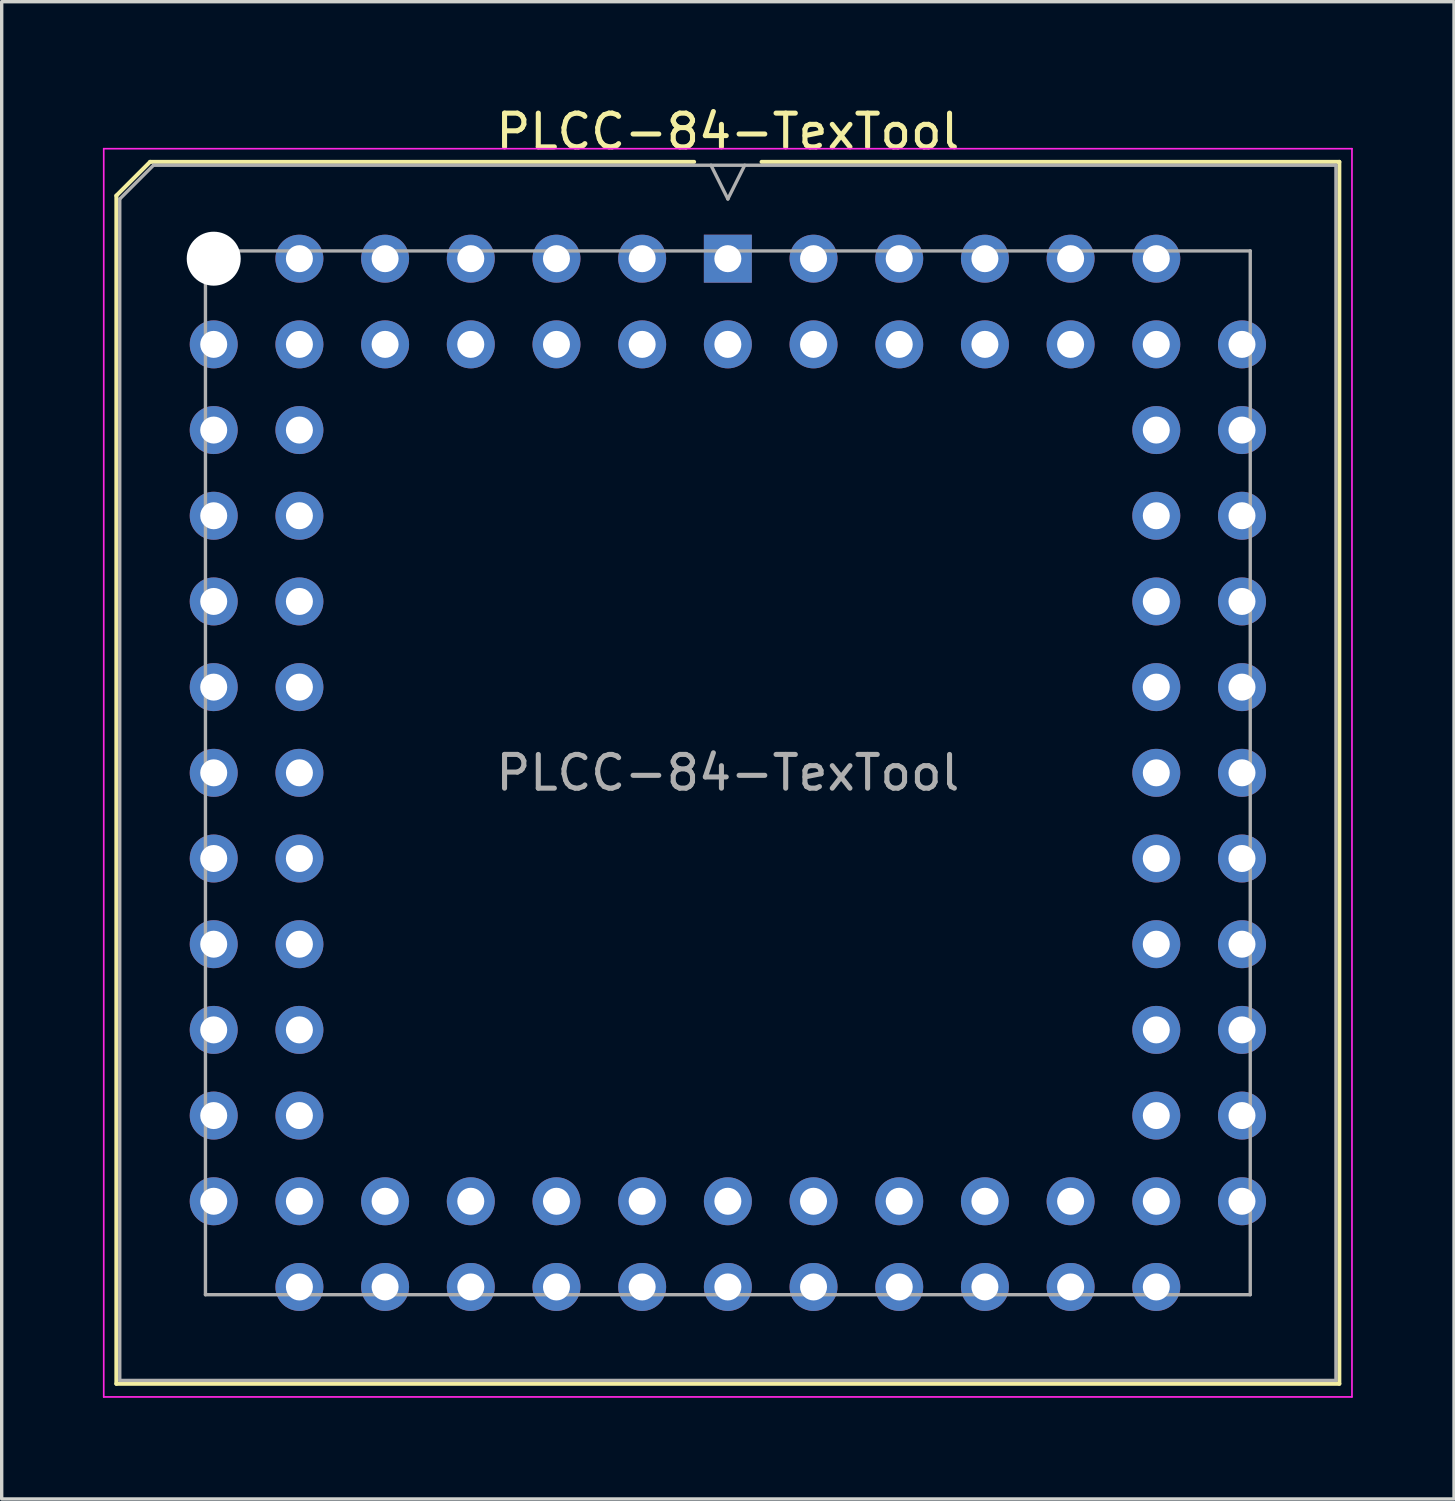
<source format=kicad_pcb>
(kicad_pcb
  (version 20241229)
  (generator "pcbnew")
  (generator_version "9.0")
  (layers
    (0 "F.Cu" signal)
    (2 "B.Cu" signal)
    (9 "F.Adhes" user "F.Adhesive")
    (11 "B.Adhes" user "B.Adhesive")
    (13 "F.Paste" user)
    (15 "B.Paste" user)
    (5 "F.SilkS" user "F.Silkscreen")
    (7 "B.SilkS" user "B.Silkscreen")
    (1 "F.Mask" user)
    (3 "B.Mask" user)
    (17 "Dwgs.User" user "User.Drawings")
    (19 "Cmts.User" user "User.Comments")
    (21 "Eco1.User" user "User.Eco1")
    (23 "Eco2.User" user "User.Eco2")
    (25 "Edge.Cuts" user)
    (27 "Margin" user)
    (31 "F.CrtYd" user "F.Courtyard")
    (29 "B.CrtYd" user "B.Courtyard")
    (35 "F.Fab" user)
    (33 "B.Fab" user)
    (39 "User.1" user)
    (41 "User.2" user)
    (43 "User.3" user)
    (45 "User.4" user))
  (footprint "PLCC-84-TexTool"
    (layer "F.Cu")
    (at 18.525 4.618)
    (property "Reference" "PLCC-84-TexTool" (at 0 -3.77 0) (layer "F.SilkS") (effects (font (size 1 1) (thickness 0.15))))
    (attr through_hole)
    (fp_line (start -18.125 -1.87) (end -18.125 33.35) (stroke (width 0.12) (type solid)) (layer "F.SilkS"))
    (fp_line (start -18.125 33.35) (end 18.125 33.35) (stroke (width 0.12) (type solid)) (layer "F.SilkS"))
    (fp_line (start -17.125 -2.87) (end -18.125 -1.87) (stroke (width 0.12) (type solid)) (layer "F.SilkS"))
    (fp_line (start -1 -2.87) (end -17.125 -2.87) (stroke (width 0.12) (type solid)) (layer "F.SilkS"))
    (fp_line (start 18.125 -2.87) (end 1 -2.87) (stroke (width 0.12) (type solid)) (layer "F.SilkS"))
    (fp_line (start 18.125 33.35) (end 18.125 -2.87) (stroke (width 0.12) (type solid)) (layer "F.SilkS"))
    (fp_line (start -18.5 -3.26) (end -18.5 33.74) (stroke (width 0.05) (type solid)) (layer "F.CrtYd"))
    (fp_line (start -18.5 33.74) (end 18.5 33.74) (stroke (width 0.05) (type solid)) (layer "F.CrtYd"))
    (fp_line (start 18.5 -3.26) (end -18.5 -3.26) (stroke (width 0.05) (type solid)) (layer "F.CrtYd"))
    (fp_line (start 18.5 33.74) (end 18.5 -3.26) (stroke (width 0.05) (type solid)) (layer "F.CrtYd"))
    (fp_line (start -18.025 -1.77) (end -18.025 33.25) (stroke (width 0.1) (type solid)) (layer "F.Fab"))
    (fp_line (start -18.025 33.25) (end 18.025 33.25) (stroke (width 0.1) (type solid)) (layer "F.Fab"))
    (fp_line (start -17.025 -2.77) (end -18.025 -1.77) (stroke (width 0.1) (type solid)) (layer "F.Fab"))
    (fp_line (start -15.485 -0.23) (end -15.485 30.71) (stroke (width 0.1) (type solid)) (layer "F.Fab"))
    (fp_line (start -15.485 30.71) (end 15.485 30.71) (stroke (width 0.1) (type solid)) (layer "F.Fab"))
    (fp_line (start -0.5 -2.77) (end 0 -1.77) (stroke (width 0.1) (type solid)) (layer "F.Fab"))
    (fp_line (start 0 -1.77) (end 0.5 -2.77) (stroke (width 0.1) (type solid)) (layer "F.Fab"))
    (fp_line (start 15.485 -0.23) (end -15.485 -0.23) (stroke (width 0.1) (type solid)) (layer "F.Fab"))
    (fp_line (start 15.485 30.71) (end 15.485 -0.23) (stroke (width 0.1) (type solid)) (layer "F.Fab"))
    (fp_line (start 18.025 -2.77) (end -17.025 -2.77) (stroke (width 0.1) (type solid)) (layer "F.Fab"))
    (fp_line (start 18.025 33.25) (end 18.025 -2.77) (stroke (width 0.1) (type solid)) (layer "F.Fab"))
    (fp_text user "${REFERENCE}" (at 0 15.24 0) (layer "F.Fab") (effects (font (size 1 1) (thickness 0.15))))
    (pad "" np_thru_hole circle (at -15.24 0) (size 1.6 1.6) (drill 1.6) (layers "*.Cu" "*.Mask"))
    (pad "1" thru_hole rect (at 0 0) (size 1.422 1.422) (drill 0.8) (layers "*.Cu" "*.Mask"))
    (pad "2" thru_hole circle (at 0 2.54) (size 1.422 1.422) (drill 0.8) (layers "*.Cu" "*.Mask"))
    (pad "3" thru_hole circle (at -2.54 0) (size 1.422 1.422) (drill 0.8) (layers "*.Cu" "*.Mask"))
    (pad "4" thru_hole circle (at -2.54 2.54) (size 1.422 1.422) (drill 0.8) (layers "*.Cu" "*.Mask"))
    (pad "5" thru_hole circle (at -5.08 0) (size 1.422 1.422) (drill 0.8) (layers "*.Cu" "*.Mask"))
    (pad "6" thru_hole circle (at -5.08 2.54) (size 1.422 1.422) (drill 0.8) (layers "*.Cu" "*.Mask"))
    (pad "7" thru_hole circle (at -7.62 0) (size 1.422 1.422) (drill 0.8) (layers "*.Cu" "*.Mask"))
    (pad "8" thru_hole circle (at -7.62 2.54) (size 1.422 1.422) (drill 0.8) (layers "*.Cu" "*.Mask"))
    (pad "9" thru_hole circle (at -10.16 0) (size 1.422 1.422) (drill 0.8) (layers "*.Cu" "*.Mask"))
    (pad "10" thru_hole circle (at -10.16 2.54) (size 1.422 1.422) (drill 0.8) (layers "*.Cu" "*.Mask"))
    (pad "11" thru_hole circle (at -12.7 0) (size 1.422 1.422) (drill 0.8) (layers "*.Cu" "*.Mask"))
    (pad "12" thru_hole circle (at -15.24 2.54) (size 1.422 1.422) (drill 0.8) (layers "*.Cu" "*.Mask"))
    (pad "13" thru_hole circle (at -12.7 2.54) (size 1.422 1.422) (drill 0.8) (layers "*.Cu" "*.Mask"))
    (pad "14" thru_hole circle (at -15.24 5.08) (size 1.422 1.422) (drill 0.8) (layers "*.Cu" "*.Mask"))
    (pad "15" thru_hole circle (at -12.7 5.08) (size 1.422 1.422) (drill 0.8) (layers "*.Cu" "*.Mask"))
    (pad "16" thru_hole circle (at -15.24 7.62) (size 1.422 1.422) (drill 0.8) (layers "*.Cu" "*.Mask"))
    (pad "17" thru_hole circle (at -12.7 7.62) (size 1.422 1.422) (drill 0.8) (layers "*.Cu" "*.Mask"))
    (pad "18" thru_hole circle (at -15.24 10.16) (size 1.422 1.422) (drill 0.8) (layers "*.Cu" "*.Mask"))
    (pad "19" thru_hole circle (at -12.7 10.16) (size 1.422 1.422) (drill 0.8) (layers "*.Cu" "*.Mask"))
    (pad "20" thru_hole circle (at -15.24 12.7) (size 1.422 1.422) (drill 0.8) (layers "*.Cu" "*.Mask"))
    (pad "21" thru_hole circle (at -12.7 12.7) (size 1.422 1.422) (drill 0.8) (layers "*.Cu" "*.Mask"))
    (pad "22" thru_hole circle (at -15.24 15.24) (size 1.422 1.422) (drill 0.8) (layers "*.Cu" "*.Mask"))
    (pad "23" thru_hole circle (at -12.7 15.24) (size 1.422 1.422) (drill 0.8) (layers "*.Cu" "*.Mask"))
    (pad "24" thru_hole circle (at -15.24 17.78) (size 1.422 1.422) (drill 0.8) (layers "*.Cu" "*.Mask"))
    (pad "25" thru_hole circle (at -12.7 17.78) (size 1.422 1.422) (drill 0.8) (layers "*.Cu" "*.Mask"))
    (pad "26" thru_hole circle (at -15.24 20.32) (size 1.422 1.422) (drill 0.8) (layers "*.Cu" "*.Mask"))
    (pad "27" thru_hole circle (at -12.7 20.32) (size 1.422 1.422) (drill 0.8) (layers "*.Cu" "*.Mask"))
    (pad "28" thru_hole circle (at -15.24 22.86) (size 1.422 1.422) (drill 0.8) (layers "*.Cu" "*.Mask"))
    (pad "29" thru_hole circle (at -12.7 22.86) (size 1.422 1.422) (drill 0.8) (layers "*.Cu" "*.Mask"))
    (pad "30" thru_hole circle (at -15.24 25.4) (size 1.422 1.422) (drill 0.8) (layers "*.Cu" "*.Mask"))
    (pad "31" thru_hole circle (at -12.7 25.4) (size 1.422 1.422) (drill 0.8) (layers "*.Cu" "*.Mask"))
    (pad "32" thru_hole circle (at -15.24 27.94) (size 1.422 1.422) (drill 0.8) (layers "*.Cu" "*.Mask"))
    (pad "33" thru_hole circle (at -12.7 30.48) (size 1.422 1.422) (drill 0.8) (layers "*.Cu" "*.Mask"))
    (pad "34" thru_hole circle (at -12.7 27.94) (size 1.422 1.422) (drill 0.8) (layers "*.Cu" "*.Mask"))
    (pad "35" thru_hole circle (at -10.16 30.48) (size 1.422 1.422) (drill 0.8) (layers "*.Cu" "*.Mask"))
    (pad "36" thru_hole circle (at -10.16 27.94) (size 1.422 1.422) (drill 0.8) (layers "*.Cu" "*.Mask"))
    (pad "37" thru_hole circle (at -7.62 30.48) (size 1.422 1.422) (drill 0.8) (layers "*.Cu" "*.Mask"))
    (pad "38" thru_hole circle (at -7.62 27.94) (size 1.422 1.422) (drill 0.8) (layers "*.Cu" "*.Mask"))
    (pad "39" thru_hole circle (at -5.08 30.48) (size 1.422 1.422) (drill 0.8) (layers "*.Cu" "*.Mask"))
    (pad "40" thru_hole circle (at -5.08 27.94) (size 1.422 1.422) (drill 0.8) (layers "*.Cu" "*.Mask"))
    (pad "41" thru_hole circle (at -2.54 30.48) (size 1.422 1.422) (drill 0.8) (layers "*.Cu" "*.Mask"))
    (pad "42" thru_hole circle (at -2.54 27.94) (size 1.422 1.422) (drill 0.8) (layers "*.Cu" "*.Mask"))
    (pad "43" thru_hole circle (at 0 30.48) (size 1.422 1.422) (drill 0.8) (layers "*.Cu" "*.Mask"))
    (pad "44" thru_hole circle (at 0 27.94) (size 1.422 1.422) (drill 0.8) (layers "*.Cu" "*.Mask"))
    (pad "45" thru_hole circle (at 2.54 30.48) (size 1.422 1.422) (drill 0.8) (layers "*.Cu" "*.Mask"))
    (pad "46" thru_hole circle (at 2.54 27.94) (size 1.422 1.422) (drill 0.8) (layers "*.Cu" "*.Mask"))
    (pad "47" thru_hole circle (at 5.08 30.48) (size 1.422 1.422) (drill 0.8) (layers "*.Cu" "*.Mask"))
    (pad "48" thru_hole circle (at 5.08 27.94) (size 1.422 1.422) (drill 0.8) (layers "*.Cu" "*.Mask"))
    (pad "49" thru_hole circle (at 7.62 30.48) (size 1.422 1.422) (drill 0.8) (layers "*.Cu" "*.Mask"))
    (pad "50" thru_hole circle (at 7.62 27.94) (size 1.422 1.422) (drill 0.8) (layers "*.Cu" "*.Mask"))
    (pad "51" thru_hole circle (at 10.16 30.48) (size 1.422 1.422) (drill 0.8) (layers "*.Cu" "*.Mask"))
    (pad "52" thru_hole circle (at 10.16 27.94) (size 1.422 1.422) (drill 0.8) (layers "*.Cu" "*.Mask"))
    (pad "53" thru_hole circle (at 12.7 30.48) (size 1.422 1.422) (drill 0.8) (layers "*.Cu" "*.Mask"))
    (pad "54" thru_hole circle (at 15.24 27.94) (size 1.422 1.422) (drill 0.8) (layers "*.Cu" "*.Mask"))
    (pad "55" thru_hole circle (at 12.7 27.94) (size 1.422 1.422) (drill 0.8) (layers "*.Cu" "*.Mask"))
    (pad "56" thru_hole circle (at 15.24 25.4) (size 1.422 1.422) (drill 0.8) (layers "*.Cu" "*.Mask"))
    (pad "57" thru_hole circle (at 12.7 25.4) (size 1.422 1.422) (drill 0.8) (layers "*.Cu" "*.Mask"))
    (pad "58" thru_hole circle (at 15.24 22.86) (size 1.422 1.422) (drill 0.8) (layers "*.Cu" "*.Mask"))
    (pad "59" thru_hole circle (at 12.7 22.86) (size 1.422 1.422) (drill 0.8) (layers "*.Cu" "*.Mask"))
    (pad "60" thru_hole circle (at 15.24 20.32) (size 1.422 1.422) (drill 0.8) (layers "*.Cu" "*.Mask"))
    (pad "61" thru_hole circle (at 12.7 20.32) (size 1.422 1.422) (drill 0.8) (layers "*.Cu" "*.Mask"))
    (pad "62" thru_hole circle (at 15.24 17.78) (size 1.422 1.422) (drill 0.8) (layers "*.Cu" "*.Mask"))
    (pad "63" thru_hole circle (at 12.7 17.78) (size 1.422 1.422) (drill 0.8) (layers "*.Cu" "*.Mask"))
    (pad "64" thru_hole circle (at 15.24 15.24) (size 1.422 1.422) (drill 0.8) (layers "*.Cu" "*.Mask"))
    (pad "65" thru_hole circle (at 12.7 15.24) (size 1.422 1.422) (drill 0.8) (layers "*.Cu" "*.Mask"))
    (pad "66" thru_hole circle (at 15.24 12.7) (size 1.422 1.422) (drill 0.8) (layers "*.Cu" "*.Mask"))
    (pad "67" thru_hole circle (at 12.7 12.7) (size 1.422 1.422) (drill 0.8) (layers "*.Cu" "*.Mask"))
    (pad "68" thru_hole circle (at 15.24 10.16) (size 1.422 1.422) (drill 0.8) (layers "*.Cu" "*.Mask"))
    (pad "69" thru_hole circle (at 12.7 10.16) (size 1.422 1.422) (drill 0.8) (layers "*.Cu" "*.Mask"))
    (pad "70" thru_hole circle (at 15.24 7.62) (size 1.422 1.422) (drill 0.8) (layers "*.Cu" "*.Mask"))
    (pad "71" thru_hole circle (at 12.7 7.62) (size 1.422 1.422) (drill 0.8) (layers "*.Cu" "*.Mask"))
    (pad "72" thru_hole circle (at 15.24 5.08) (size 1.422 1.422) (drill 0.8) (layers "*.Cu" "*.Mask"))
    (pad "73" thru_hole circle (at 12.7 5.08) (size 1.422 1.422) (drill 0.8) (layers "*.Cu" "*.Mask"))
    (pad "74" thru_hole circle (at 15.24 2.54) (size 1.422 1.422) (drill 0.8) (layers "*.Cu" "*.Mask"))
    (pad "75" thru_hole circle (at 12.7 0) (size 1.422 1.422) (drill 0.8) (layers "*.Cu" "*.Mask"))
    (pad "76" thru_hole circle (at 12.7 2.54) (size 1.422 1.422) (drill 0.8) (layers "*.Cu" "*.Mask"))
    (pad "77" thru_hole circle (at 10.16 0) (size 1.422 1.422) (drill 0.8) (layers "*.Cu" "*.Mask"))
    (pad "78" thru_hole circle (at 10.16 2.54) (size 1.422 1.422) (drill 0.8) (layers "*.Cu" "*.Mask"))
    (pad "79" thru_hole circle (at 7.62 0) (size 1.422 1.422) (drill 0.8) (layers "*.Cu" "*.Mask"))
    (pad "80" thru_hole circle (at 7.62 2.54) (size 1.422 1.422) (drill 0.8) (layers "*.Cu" "*.Mask"))
    (pad "81" thru_hole circle (at 5.08 0) (size 1.422 1.422) (drill 0.8) (layers "*.Cu" "*.Mask"))
    (pad "82" thru_hole circle (at 5.08 2.54) (size 1.422 1.422) (drill 0.8) (layers "*.Cu" "*.Mask"))
    (pad "83" thru_hole circle (at 2.54 0) (size 1.422 1.422) (drill 0.8) (layers "*.Cu" "*.Mask"))
    (pad "84" thru_hole circle (at 2.54 2.54) (size 1.422 1.422) (drill 0.8) (layers "*.Cu" "*.Mask")))
  (gr_rect
    (start -3 -3)
    (end 40.05 41.383)
    (stroke (width 0.1) (type default))
    (fill no)
    (layer "Edge.Cuts")))
</source>
